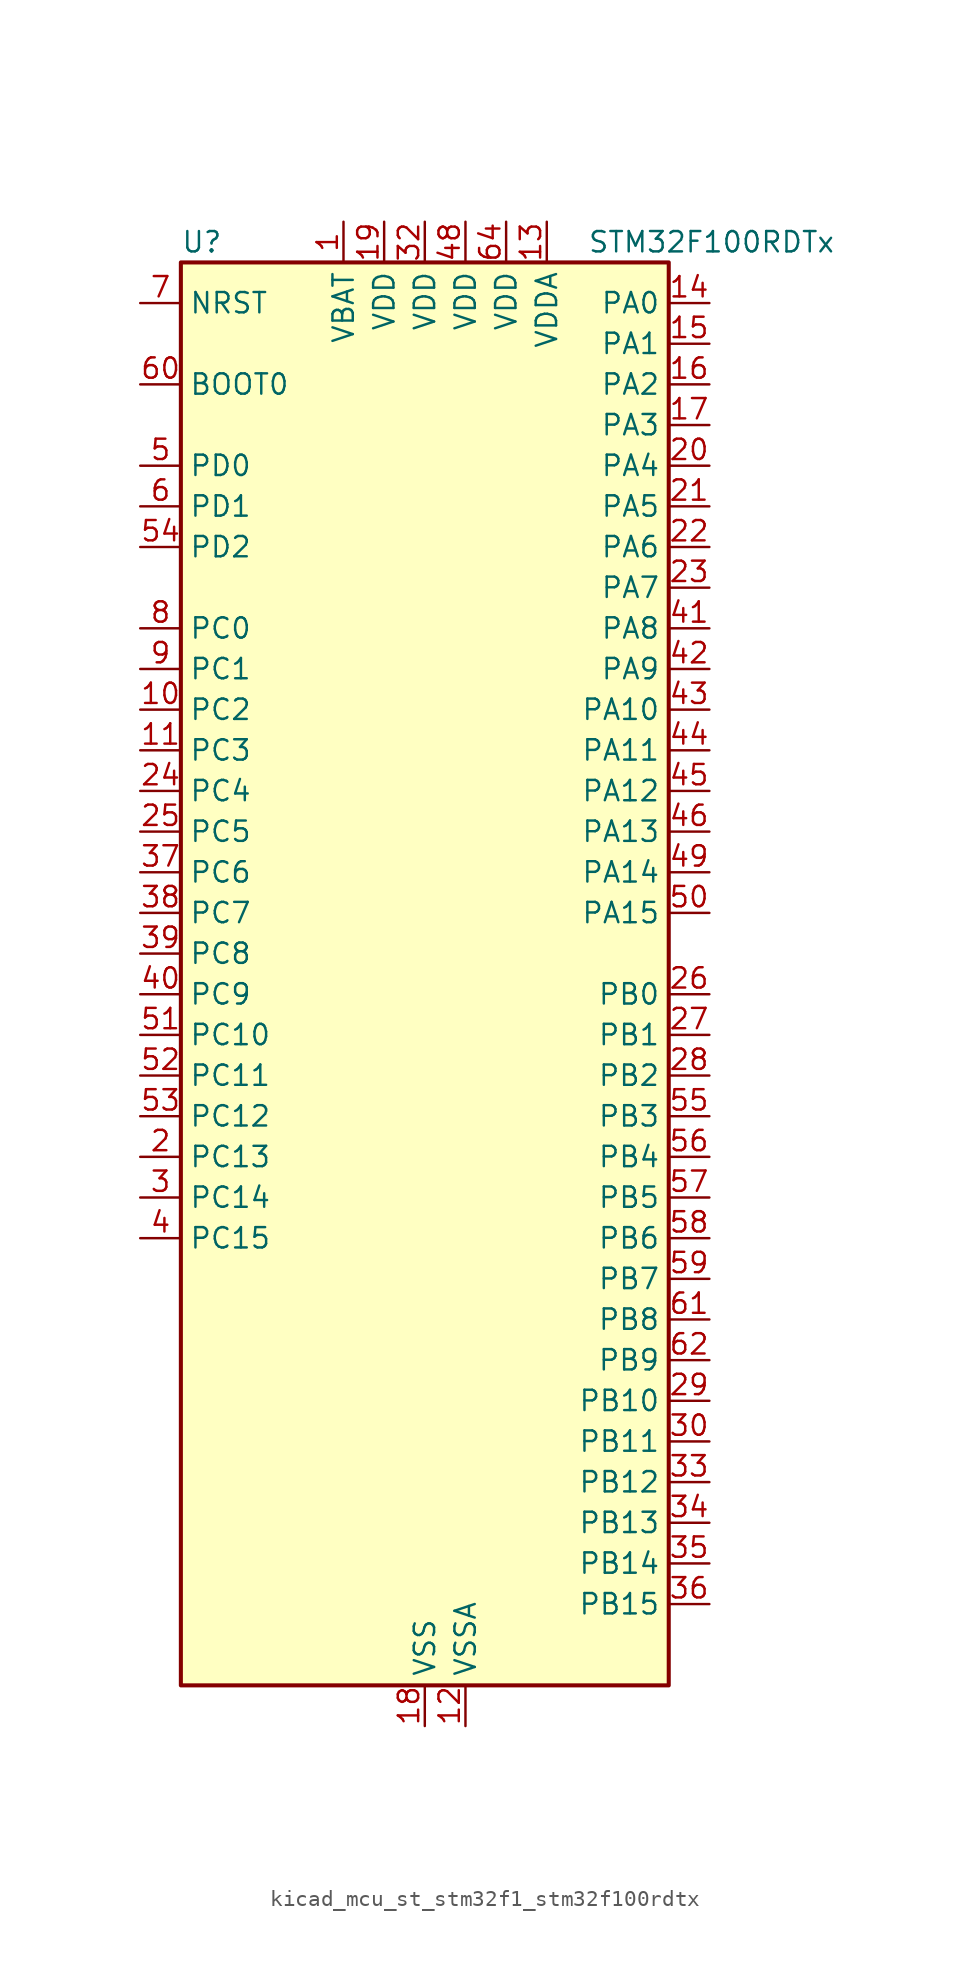
<source format=kicad_sym>
(kicad_symbol_lib
  (version 20220914)
  (generator kicad_symbol_editor)
  (symbol "kicad_mcu_st_stm32f1_stm32f100rdtx"
    (property "Reference" "U"
      (at -15.24 46.99 0)
      (effects (font (size 1.27 1.27)) (justify left)))
    (property "Value" "STM32F100RDTx"
      (at 10.16 46.99 0)
      (effects (font (size 1.27 1.27)) (justify left)))
    (property "ki_locked" ""
      (at 0 0 0)
      (effects (font (size 1.27 1.27))))
    (symbol "kicad_mcu_st_stm32f1_stm32f100rdtx_0_1"
      (rectangle (start -15.24 -43.18) (end 15.24 45.72) (stroke (width 0.254) (type default)) (fill (type background))))
    (symbol "kicad_mcu_st_stm32f1_stm32f100rdtx_1_1"
      (pin power_in line (at -5.08 48.26 270) (length 2.54) (name "VBAT" (effects (font (size 1.27 1.27)))) (number "1" (effects (font (size 1.27 1.27)))))
      (pin bidirectional line (at -17.78 17.78 0) (length 2.54) (name "PC2" (effects (font (size 1.27 1.27)))) (number "10" (effects (font (size 1.27 1.27)))) (alternate "ADC1_IN12" bidirectional line))
      (pin bidirectional line (at -17.78 15.24 0) (length 2.54) (name "PC3" (effects (font (size 1.27 1.27)))) (number "11" (effects (font (size 1.27 1.27)))) (alternate "ADC1_IN13" bidirectional line))
      (pin power_in line (at 2.54 -45.72 90) (length 2.54) (name "VSSA" (effects (font (size 1.27 1.27)))) (number "12" (effects (font (size 1.27 1.27)))))
      (pin power_in line (at 7.62 48.26 270) (length 2.54) (name "VDDA" (effects (font (size 1.27 1.27)))) (number "13" (effects (font (size 1.27 1.27)))))
      (pin bidirectional line (at 17.78 43.18 180) (length 2.54) (name "PA0" (effects (font (size 1.27 1.27)))) (number "14" (effects (font (size 1.27 1.27)))) (alternate "ADC1_IN0" bidirectional line) (alternate "SYS_WKUP" bidirectional line) (alternate "TIM2_CH1" bidirectional line) (alternate "TIM2_ETR" bidirectional line) (alternate "TIM5_CH1" bidirectional line) (alternate "USART2_CTS" bidirectional line))
      (pin bidirectional line (at 17.78 40.64 180) (length 2.54) (name "PA1" (effects (font (size 1.27 1.27)))) (number "15" (effects (font (size 1.27 1.27)))) (alternate "ADC1_IN1" bidirectional line) (alternate "TIM2_CH2" bidirectional line) (alternate "TIM5_CH2" bidirectional line) (alternate "USART2_RTS" bidirectional line))
      (pin bidirectional line (at 17.78 38.1 180) (length 2.54) (name "PA2" (effects (font (size 1.27 1.27)))) (number "16" (effects (font (size 1.27 1.27)))) (alternate "ADC1_IN2" bidirectional line) (alternate "TIM15_CH1" bidirectional line) (alternate "TIM2_CH3" bidirectional line) (alternate "TIM5_CH3" bidirectional line) (alternate "USART2_TX" bidirectional line))
      (pin bidirectional line (at 17.78 35.56 180) (length 2.54) (name "PA3" (effects (font (size 1.27 1.27)))) (number "17" (effects (font (size 1.27 1.27)))) (alternate "ADC1_IN3" bidirectional line) (alternate "TIM15_CH2" bidirectional line) (alternate "TIM2_CH4" bidirectional line) (alternate "TIM5_CH4" bidirectional line) (alternate "USART2_RX" bidirectional line))
      (pin power_in line (at 0 -45.72 90) (length 2.54) (name "VSS" (effects (font (size 1.27 1.27)))) (number "18" (effects (font (size 1.27 1.27)))))
      (pin power_in line (at -2.54 48.26 270) (length 2.54) (name "VDD" (effects (font (size 1.27 1.27)))) (number "19" (effects (font (size 1.27 1.27)))))
      (pin bidirectional line (at -17.78 -10.16 0) (length 2.54) (name "PC13" (effects (font (size 1.27 1.27)))) (number "2" (effects (font (size 1.27 1.27)))) (alternate "RTC_OUT" bidirectional line) (alternate "RTC_TAMPER" bidirectional line))
      (pin bidirectional line (at 17.78 33.02 180) (length 2.54) (name "PA4" (effects (font (size 1.27 1.27)))) (number "20" (effects (font (size 1.27 1.27)))) (alternate "ADC1_IN4" bidirectional line) (alternate "DAC_OUT1" bidirectional line) (alternate "SPI1_NSS" bidirectional line) (alternate "USART2_CK" bidirectional line))
      (pin bidirectional line (at 17.78 30.48 180) (length 2.54) (name "PA5" (effects (font (size 1.27 1.27)))) (number "21" (effects (font (size 1.27 1.27)))) (alternate "ADC1_IN5" bidirectional line) (alternate "DAC_OUT2" bidirectional line) (alternate "SPI1_SCK" bidirectional line))
      (pin bidirectional line (at 17.78 27.94 180) (length 2.54) (name "PA6" (effects (font (size 1.27 1.27)))) (number "22" (effects (font (size 1.27 1.27)))) (alternate "ADC1_IN6" bidirectional line) (alternate "SPI1_MISO" bidirectional line) (alternate "TIM16_CH1" bidirectional line) (alternate "TIM1_BKIN" bidirectional line) (alternate "TIM3_CH1" bidirectional line))
      (pin bidirectional line (at 17.78 25.4 180) (length 2.54) (name "PA7" (effects (font (size 1.27 1.27)))) (number "23" (effects (font (size 1.27 1.27)))) (alternate "ADC1_IN7" bidirectional line) (alternate "SPI1_MOSI" bidirectional line) (alternate "TIM17_CH1" bidirectional line) (alternate "TIM1_CH1N" bidirectional line) (alternate "TIM3_CH2" bidirectional line))
      (pin bidirectional line (at -17.78 12.7 0) (length 2.54) (name "PC4" (effects (font (size 1.27 1.27)))) (number "24" (effects (font (size 1.27 1.27)))) (alternate "ADC1_IN14" bidirectional line) (alternate "TIM12_CH1" bidirectional line))
      (pin bidirectional line (at -17.78 10.16 0) (length 2.54) (name "PC5" (effects (font (size 1.27 1.27)))) (number "25" (effects (font (size 1.27 1.27)))) (alternate "ADC1_IN15" bidirectional line) (alternate "TIM12_CH2" bidirectional line))
      (pin bidirectional line (at 17.78 0 180) (length 2.54) (name "PB0" (effects (font (size 1.27 1.27)))) (number "26" (effects (font (size 1.27 1.27)))) (alternate "ADC1_IN8" bidirectional line) (alternate "TIM13_CH1" bidirectional line) (alternate "TIM1_CH2N" bidirectional line) (alternate "TIM3_CH3" bidirectional line))
      (pin bidirectional line (at 17.78 -2.54 180) (length 2.54) (name "PB1" (effects (font (size 1.27 1.27)))) (number "27" (effects (font (size 1.27 1.27)))) (alternate "ADC1_IN9" bidirectional line) (alternate "TIM14_CH1" bidirectional line) (alternate "TIM1_CH3N" bidirectional line) (alternate "TIM3_CH4" bidirectional line))
      (pin bidirectional line (at 17.78 -5.08 180) (length 2.54) (name "PB2" (effects (font (size 1.27 1.27)))) (number "28" (effects (font (size 1.27 1.27)))))
      (pin bidirectional line (at 17.78 -25.4 180) (length 2.54) (name "PB10" (effects (font (size 1.27 1.27)))) (number "29" (effects (font (size 1.27 1.27)))) (alternate "CEC" bidirectional line) (alternate "I2C2_SCL" bidirectional line) (alternate "TIM2_CH3" bidirectional line) (alternate "USART3_TX" bidirectional line))
      (pin bidirectional line (at -17.78 -12.7 0) (length 2.54) (name "PC14" (effects (font (size 1.27 1.27)))) (number "3" (effects (font (size 1.27 1.27)))) (alternate "RCC_OSC32_IN" bidirectional line))
      (pin bidirectional line (at 17.78 -27.94 180) (length 2.54) (name "PB11" (effects (font (size 1.27 1.27)))) (number "30" (effects (font (size 1.27 1.27)))) (alternate "ADC1_EXTI11" bidirectional line) (alternate "I2C2_SDA" bidirectional line) (alternate "TIM2_CH4" bidirectional line) (alternate "USART3_RX" bidirectional line))
      (pin passive line (at 0 -45.72 90) (length 2.54) hide (name "VSS" (effects (font (size 1.27 1.27)))) (number "31" (effects (font (size 1.27 1.27)))))
      (pin power_in line (at 0 48.26 270) (length 2.54) (name "VDD" (effects (font (size 1.27 1.27)))) (number "32" (effects (font (size 1.27 1.27)))))
      (pin bidirectional line (at 17.78 -30.48 180) (length 2.54) (name "PB12" (effects (font (size 1.27 1.27)))) (number "33" (effects (font (size 1.27 1.27)))) (alternate "I2C2_SMBA" bidirectional line) (alternate "SPI2_NSS" bidirectional line) (alternate "TIM12_CH1" bidirectional line) (alternate "TIM1_BKIN" bidirectional line) (alternate "USART3_CK" bidirectional line))
      (pin bidirectional line (at 17.78 -33.02 180) (length 2.54) (name "PB13" (effects (font (size 1.27 1.27)))) (number "34" (effects (font (size 1.27 1.27)))) (alternate "SPI2_SCK" bidirectional line) (alternate "TIM12_CH2" bidirectional line) (alternate "TIM1_CH1N" bidirectional line) (alternate "USART3_CTS" bidirectional line))
      (pin bidirectional line (at 17.78 -35.56 180) (length 2.54) (name "PB14" (effects (font (size 1.27 1.27)))) (number "35" (effects (font (size 1.27 1.27)))) (alternate "SPI2_MISO" bidirectional line) (alternate "TIM15_CH1" bidirectional line) (alternate "TIM1_CH2N" bidirectional line) (alternate "USART3_RTS" bidirectional line))
      (pin bidirectional line (at 17.78 -38.1 180) (length 2.54) (name "PB15" (effects (font (size 1.27 1.27)))) (number "36" (effects (font (size 1.27 1.27)))) (alternate "ADC1_EXTI15" bidirectional line) (alternate "SPI2_MOSI" bidirectional line) (alternate "TIM15_CH1N" bidirectional line) (alternate "TIM15_CH2" bidirectional line) (alternate "TIM1_CH3N" bidirectional line))
      (pin bidirectional line (at -17.78 7.62 0) (length 2.54) (name "PC6" (effects (font (size 1.27 1.27)))) (number "37" (effects (font (size 1.27 1.27)))) (alternate "TIM3_CH1" bidirectional line))
      (pin bidirectional line (at -17.78 5.08 0) (length 2.54) (name "PC7" (effects (font (size 1.27 1.27)))) (number "38" (effects (font (size 1.27 1.27)))) (alternate "TIM3_CH2" bidirectional line))
      (pin bidirectional line (at -17.78 2.54 0) (length 2.54) (name "PC8" (effects (font (size 1.27 1.27)))) (number "39" (effects (font (size 1.27 1.27)))) (alternate "TIM13_CH1" bidirectional line) (alternate "TIM3_CH3" bidirectional line))
      (pin bidirectional line (at -17.78 -15.24 0) (length 2.54) (name "PC15" (effects (font (size 1.27 1.27)))) (number "4" (effects (font (size 1.27 1.27)))) (alternate "ADC1_EXTI15" bidirectional line) (alternate "RCC_OSC32_OUT" bidirectional line))
      (pin bidirectional line (at -17.78 0 0) (length 2.54) (name "PC9" (effects (font (size 1.27 1.27)))) (number "40" (effects (font (size 1.27 1.27)))) (alternate "DAC_EXTI9" bidirectional line) (alternate "TIM14_CH1" bidirectional line) (alternate "TIM3_CH4" bidirectional line))
      (pin bidirectional line (at 17.78 22.86 180) (length 2.54) (name "PA8" (effects (font (size 1.27 1.27)))) (number "41" (effects (font (size 1.27 1.27)))) (alternate "RCC_MCO" bidirectional line) (alternate "TIM1_CH1" bidirectional line) (alternate "USART1_CK" bidirectional line))
      (pin bidirectional line (at 17.78 20.32 180) (length 2.54) (name "PA9" (effects (font (size 1.27 1.27)))) (number "42" (effects (font (size 1.27 1.27)))) (alternate "DAC_EXTI9" bidirectional line) (alternate "TIM15_BKIN" bidirectional line) (alternate "TIM1_CH2" bidirectional line) (alternate "USART1_TX" bidirectional line))
      (pin bidirectional line (at 17.78 17.78 180) (length 2.54) (name "PA10" (effects (font (size 1.27 1.27)))) (number "43" (effects (font (size 1.27 1.27)))) (alternate "TIM17_BKIN" bidirectional line) (alternate "TIM1_CH3" bidirectional line) (alternate "USART1_RX" bidirectional line))
      (pin bidirectional line (at 17.78 15.24 180) (length 2.54) (name "PA11" (effects (font (size 1.27 1.27)))) (number "44" (effects (font (size 1.27 1.27)))) (alternate "ADC1_EXTI11" bidirectional line) (alternate "TIM1_CH4" bidirectional line) (alternate "USART1_CTS" bidirectional line))
      (pin bidirectional line (at 17.78 12.7 180) (length 2.54) (name "PA12" (effects (font (size 1.27 1.27)))) (number "45" (effects (font (size 1.27 1.27)))) (alternate "TIM1_ETR" bidirectional line) (alternate "USART1_RTS" bidirectional line))
      (pin bidirectional line (at 17.78 10.16 180) (length 2.54) (name "PA13" (effects (font (size 1.27 1.27)))) (number "46" (effects (font (size 1.27 1.27)))) (alternate "SYS_JTMS-SWDIO" bidirectional line))
      (pin passive line (at 0 -45.72 90) (length 2.54) hide (name "VSS" (effects (font (size 1.27 1.27)))) (number "47" (effects (font (size 1.27 1.27)))))
      (pin power_in line (at 2.54 48.26 270) (length 2.54) (name "VDD" (effects (font (size 1.27 1.27)))) (number "48" (effects (font (size 1.27 1.27)))))
      (pin bidirectional line (at 17.78 7.62 180) (length 2.54) (name "PA14" (effects (font (size 1.27 1.27)))) (number "49" (effects (font (size 1.27 1.27)))) (alternate "SYS_JTCK-SWCLK" bidirectional line))
      (pin bidirectional line (at -17.78 33.02 0) (length 2.54) (name "PD0" (effects (font (size 1.27 1.27)))) (number "5" (effects (font (size 1.27 1.27)))) (alternate "RCC_OSC_IN" bidirectional line))
      (pin bidirectional line (at 17.78 5.08 180) (length 2.54) (name "PA15" (effects (font (size 1.27 1.27)))) (number "50" (effects (font (size 1.27 1.27)))) (alternate "ADC1_EXTI15" bidirectional line) (alternate "SPI1_NSS" bidirectional line) (alternate "SPI3_NSS" bidirectional line) (alternate "SYS_JTDI" bidirectional line) (alternate "TIM2_CH1" bidirectional line) (alternate "TIM2_ETR" bidirectional line))
      (pin bidirectional line (at -17.78 -2.54 0) (length 2.54) (name "PC10" (effects (font (size 1.27 1.27)))) (number "51" (effects (font (size 1.27 1.27)))) (alternate "UART4_TX" bidirectional line) (alternate "USART3_TX" bidirectional line))
      (pin bidirectional line (at -17.78 -5.08 0) (length 2.54) (name "PC11" (effects (font (size 1.27 1.27)))) (number "52" (effects (font (size 1.27 1.27)))) (alternate "ADC1_EXTI11" bidirectional line) (alternate "UART4_RX" bidirectional line) (alternate "USART3_RX" bidirectional line))
      (pin bidirectional line (at -17.78 -7.62 0) (length 2.54) (name "PC12" (effects (font (size 1.27 1.27)))) (number "53" (effects (font (size 1.27 1.27)))) (alternate "UART5_TX" bidirectional line) (alternate "USART3_CK" bidirectional line))
      (pin bidirectional line (at -17.78 27.94 0) (length 2.54) (name "PD2" (effects (font (size 1.27 1.27)))) (number "54" (effects (font (size 1.27 1.27)))) (alternate "TIM3_ETR" bidirectional line) (alternate "UART5_RX" bidirectional line))
      (pin bidirectional line (at 17.78 -7.62 180) (length 2.54) (name "PB3" (effects (font (size 1.27 1.27)))) (number "55" (effects (font (size 1.27 1.27)))) (alternate "SPI1_SCK" bidirectional line) (alternate "SPI3_SCK" bidirectional line) (alternate "SYS_JTDO-TRACESWO" bidirectional line) (alternate "TIM2_CH2" bidirectional line))
      (pin bidirectional line (at 17.78 -10.16 180) (length 2.54) (name "PB4" (effects (font (size 1.27 1.27)))) (number "56" (effects (font (size 1.27 1.27)))) (alternate "SPI1_MISO" bidirectional line) (alternate "SPI3_MISO" bidirectional line) (alternate "SYS_NJTRST" bidirectional line) (alternate "TIM3_CH1" bidirectional line))
      (pin bidirectional line (at 17.78 -12.7 180) (length 2.54) (name "PB5" (effects (font (size 1.27 1.27)))) (number "57" (effects (font (size 1.27 1.27)))) (alternate "I2C1_SMBA" bidirectional line) (alternate "SPI1_MOSI" bidirectional line) (alternate "SPI3_MOSI" bidirectional line) (alternate "TIM16_BKIN" bidirectional line) (alternate "TIM3_CH2" bidirectional line))
      (pin bidirectional line (at 17.78 -15.24 180) (length 2.54) (name "PB6" (effects (font (size 1.27 1.27)))) (number "58" (effects (font (size 1.27 1.27)))) (alternate "I2C1_SCL" bidirectional line) (alternate "TIM16_CH1N" bidirectional line) (alternate "TIM4_CH1" bidirectional line) (alternate "USART1_TX" bidirectional line))
      (pin bidirectional line (at 17.78 -17.78 180) (length 2.54) (name "PB7" (effects (font (size 1.27 1.27)))) (number "59" (effects (font (size 1.27 1.27)))) (alternate "I2C1_SDA" bidirectional line) (alternate "TIM17_CH1N" bidirectional line) (alternate "TIM4_CH2" bidirectional line) (alternate "USART1_RX" bidirectional line))
      (pin bidirectional line (at -17.78 30.48 0) (length 2.54) (name "PD1" (effects (font (size 1.27 1.27)))) (number "6" (effects (font (size 1.27 1.27)))) (alternate "RCC_OSC_OUT" bidirectional line))
      (pin input line (at -17.78 38.1 0) (length 2.54) (name "BOOT0" (effects (font (size 1.27 1.27)))) (number "60" (effects (font (size 1.27 1.27)))))
      (pin bidirectional line (at 17.78 -20.32 180) (length 2.54) (name "PB8" (effects (font (size 1.27 1.27)))) (number "61" (effects (font (size 1.27 1.27)))) (alternate "CEC" bidirectional line) (alternate "I2C1_SCL" bidirectional line) (alternate "TIM16_CH1" bidirectional line) (alternate "TIM4_CH3" bidirectional line))
      (pin bidirectional line (at 17.78 -22.86 180) (length 2.54) (name "PB9" (effects (font (size 1.27 1.27)))) (number "62" (effects (font (size 1.27 1.27)))) (alternate "DAC_EXTI9" bidirectional line) (alternate "I2C1_SDA" bidirectional line) (alternate "TIM17_CH1" bidirectional line) (alternate "TIM4_CH4" bidirectional line))
      (pin passive line (at 0 -45.72 90) (length 2.54) hide (name "VSS" (effects (font (size 1.27 1.27)))) (number "63" (effects (font (size 1.27 1.27)))))
      (pin power_in line (at 5.08 48.26 270) (length 2.54) (name "VDD" (effects (font (size 1.27 1.27)))) (number "64" (effects (font (size 1.27 1.27)))))
      (pin input line (at -17.78 43.18 0) (length 2.54) (name "NRST" (effects (font (size 1.27 1.27)))) (number "7" (effects (font (size 1.27 1.27)))))
      (pin bidirectional line (at -17.78 22.86 0) (length 2.54) (name "PC0" (effects (font (size 1.27 1.27)))) (number "8" (effects (font (size 1.27 1.27)))) (alternate "ADC1_IN10" bidirectional line))
      (pin bidirectional line (at -17.78 20.32 0) (length 2.54) (name "PC1" (effects (font (size 1.27 1.27)))) (number "9" (effects (font (size 1.27 1.27)))) (alternate "ADC1_IN11" bidirectional line)))))
</source>
